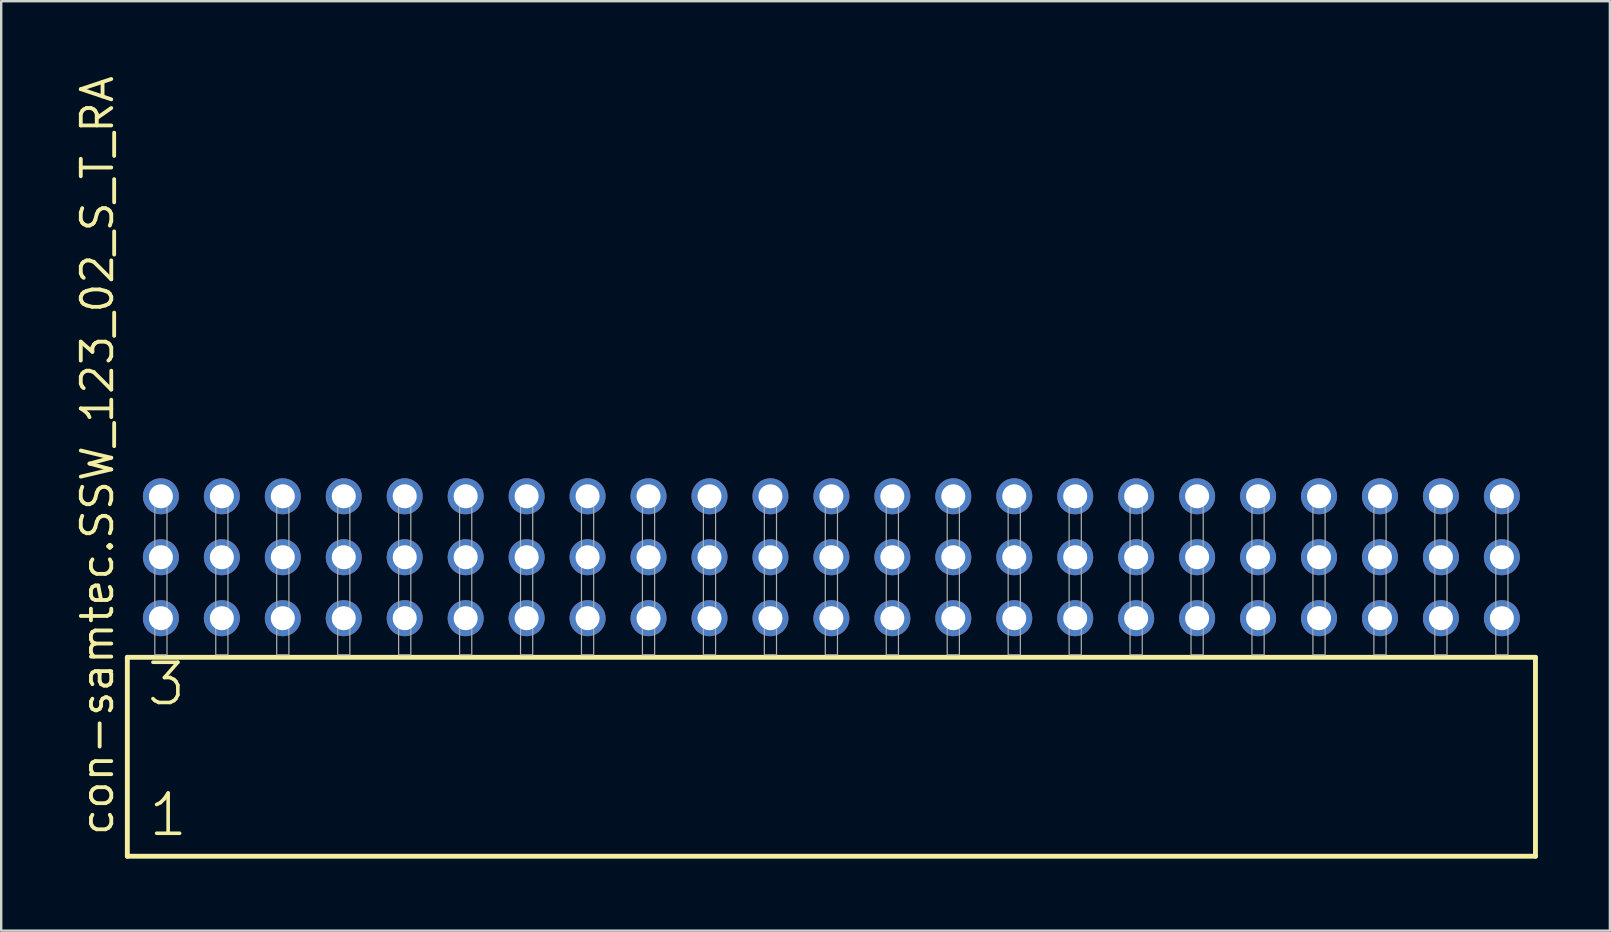
<source format=kicad_pcb>
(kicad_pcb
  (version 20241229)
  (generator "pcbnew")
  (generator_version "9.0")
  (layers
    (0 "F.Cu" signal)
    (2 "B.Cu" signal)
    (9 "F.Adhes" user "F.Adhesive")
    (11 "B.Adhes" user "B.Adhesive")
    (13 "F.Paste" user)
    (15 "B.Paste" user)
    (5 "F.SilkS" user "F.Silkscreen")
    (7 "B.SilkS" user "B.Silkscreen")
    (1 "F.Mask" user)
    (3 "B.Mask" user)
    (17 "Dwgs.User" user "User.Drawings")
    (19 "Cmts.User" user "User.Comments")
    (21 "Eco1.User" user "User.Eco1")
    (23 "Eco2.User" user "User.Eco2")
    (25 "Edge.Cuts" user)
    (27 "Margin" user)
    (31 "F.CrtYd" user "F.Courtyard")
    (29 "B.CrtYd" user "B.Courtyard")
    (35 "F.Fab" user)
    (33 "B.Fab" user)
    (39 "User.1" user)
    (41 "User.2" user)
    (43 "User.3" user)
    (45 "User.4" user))
  (footprint "con-samtec.SSW_123_02_S_T_RA"
    (layer "F.Cu")
    (at 31.595 24.235)
    (property "Reference" "con-samtec.SSW_123_02_S_T_RA" (at -29.845 7.62 90) (layer "F.SilkS") (effects (font (size 1.27 1.27) (thickness 0.16)) (justify left bottom)))
    (attr through_hole)
    (fp_line (start -29.339 0.106) (end -29.339 8.396) (stroke (width 0.203) (type default)) (layer "F.SilkS"))
    (fp_line (start -29.339 8.396) (end 29.339 8.396) (stroke (width 0.203) (type default)) (layer "F.SilkS"))
    (fp_line (start 29.339 0.106) (end -29.339 0.106) (stroke (width 0.203) (type default)) (layer "F.SilkS"))
    (fp_line (start 29.339 8.396) (end 29.339 0.106) (stroke (width 0.203) (type default)) (layer "F.SilkS"))
    (fp_rect (start -28.194 0) (end -27.686 -6.858) (stroke (width 0.05) (type default)) (fill no) (layer "F.Fab"))
    (fp_rect (start -25.654 0) (end -25.146 -6.858) (stroke (width 0.05) (type default)) (fill no) (layer "F.Fab"))
    (fp_rect (start -23.114 0) (end -22.606 -6.858) (stroke (width 0.05) (type default)) (fill no) (layer "F.Fab"))
    (fp_rect (start -20.574 0) (end -20.066 -6.858) (stroke (width 0.05) (type default)) (fill no) (layer "F.Fab"))
    (fp_rect (start -18.034 0) (end -17.526 -6.858) (stroke (width 0.05) (type default)) (fill no) (layer "F.Fab"))
    (fp_rect (start -15.494 0) (end -14.986 -6.858) (stroke (width 0.05) (type default)) (fill no) (layer "F.Fab"))
    (fp_rect (start -12.954 0) (end -12.446 -6.858) (stroke (width 0.05) (type default)) (fill no) (layer "F.Fab"))
    (fp_rect (start -10.414 0) (end -9.906 -6.858) (stroke (width 0.05) (type default)) (fill no) (layer "F.Fab"))
    (fp_rect (start -7.874 0) (end -7.366 -6.858) (stroke (width 0.05) (type default)) (fill no) (layer "F.Fab"))
    (fp_rect (start -5.334 0) (end -4.826 -6.858) (stroke (width 0.05) (type default)) (fill no) (layer "F.Fab"))
    (fp_rect (start -2.794 0) (end -2.286 -6.858) (stroke (width 0.05) (type default)) (fill no) (layer "F.Fab"))
    (fp_rect (start -0.254 0) (end 0.254 -6.858) (stroke (width 0.05) (type default)) (fill no) (layer "F.Fab"))
    (fp_rect (start 2.286 0) (end 2.794 -6.858) (stroke (width 0.05) (type default)) (fill no) (layer "F.Fab"))
    (fp_rect (start 4.826 0) (end 5.334 -6.858) (stroke (width 0.05) (type default)) (fill no) (layer "F.Fab"))
    (fp_rect (start 7.366 0) (end 7.874 -6.858) (stroke (width 0.05) (type default)) (fill no) (layer "F.Fab"))
    (fp_rect (start 9.906 0) (end 10.414 -6.858) (stroke (width 0.05) (type default)) (fill no) (layer "F.Fab"))
    (fp_rect (start 12.446 0) (end 12.954 -6.858) (stroke (width 0.05) (type default)) (fill no) (layer "F.Fab"))
    (fp_rect (start 14.986 0) (end 15.494 -6.858) (stroke (width 0.05) (type default)) (fill no) (layer "F.Fab"))
    (fp_rect (start 17.526 0) (end 18.034 -6.858) (stroke (width 0.05) (type default)) (fill no) (layer "F.Fab"))
    (fp_rect (start 20.066 0) (end 20.574 -6.858) (stroke (width 0.05) (type default)) (fill no) (layer "F.Fab"))
    (fp_rect (start 22.606 0) (end 23.114 -6.858) (stroke (width 0.05) (type default)) (fill no) (layer "F.Fab"))
    (fp_rect (start 25.146 0) (end 25.654 -6.858) (stroke (width 0.05) (type default)) (fill no) (layer "F.Fab"))
    (fp_rect (start 27.686 0) (end 28.194 -6.858) (stroke (width 0.05) (type default)) (fill no) (layer "F.Fab"))
    (fp_text user "1" (at -28.535 7.65 0) (layer "F.SilkS") (effects (font (size 1.676 1.676) (thickness 0.15)) (justify left bottom)))
    (fp_text user "3" (at -28.61 2.2 0) (layer "F.SilkS") (effects (font (size 1.676 1.676) (thickness 0.15)) (justify left bottom)))
    (pad "1" thru_hole circle (at -27.94 -1.524) (size 1.5 1.5) (drill 1) (layers "*.Cu" "*.Mask"))
    (pad "2" thru_hole circle (at -27.94 -4.064) (size 1.5 1.5) (drill 1) (layers "*.Cu" "*.Mask"))
    (pad "3" thru_hole circle (at -27.94 -6.604) (size 1.5 1.5) (drill 1) (layers "*.Cu" "*.Mask"))
    (pad "4" thru_hole circle (at -25.4 -1.524) (size 1.5 1.5) (drill 1) (layers "*.Cu" "*.Mask"))
    (pad "5" thru_hole circle (at -25.4 -4.064) (size 1.5 1.5) (drill 1) (layers "*.Cu" "*.Mask"))
    (pad "6" thru_hole circle (at -25.4 -6.604) (size 1.5 1.5) (drill 1) (layers "*.Cu" "*.Mask"))
    (pad "7" thru_hole circle (at -22.86 -1.524) (size 1.5 1.5) (drill 1) (layers "*.Cu" "*.Mask"))
    (pad "8" thru_hole circle (at -22.86 -4.064) (size 1.5 1.5) (drill 1) (layers "*.Cu" "*.Mask"))
    (pad "9" thru_hole circle (at -22.86 -6.604) (size 1.5 1.5) (drill 1) (layers "*.Cu" "*.Mask"))
    (pad "10" thru_hole circle (at -20.32 -1.524) (size 1.5 1.5) (drill 1) (layers "*.Cu" "*.Mask"))
    (pad "11" thru_hole circle (at -20.32 -4.064) (size 1.5 1.5) (drill 1) (layers "*.Cu" "*.Mask"))
    (pad "12" thru_hole circle (at -20.32 -6.604) (size 1.5 1.5) (drill 1) (layers "*.Cu" "*.Mask"))
    (pad "13" thru_hole circle (at -17.78 -1.524) (size 1.5 1.5) (drill 1) (layers "*.Cu" "*.Mask"))
    (pad "14" thru_hole circle (at -17.78 -4.064) (size 1.5 1.5) (drill 1) (layers "*.Cu" "*.Mask"))
    (pad "15" thru_hole circle (at -17.78 -6.604) (size 1.5 1.5) (drill 1) (layers "*.Cu" "*.Mask"))
    (pad "16" thru_hole circle (at -15.24 -1.524) (size 1.5 1.5) (drill 1) (layers "*.Cu" "*.Mask"))
    (pad "17" thru_hole circle (at -15.24 -4.064) (size 1.5 1.5) (drill 1) (layers "*.Cu" "*.Mask"))
    (pad "18" thru_hole circle (at -15.24 -6.604) (size 1.5 1.5) (drill 1) (layers "*.Cu" "*.Mask"))
    (pad "19" thru_hole circle (at -12.7 -1.524) (size 1.5 1.5) (drill 1) (layers "*.Cu" "*.Mask"))
    (pad "20" thru_hole circle (at -12.7 -4.064) (size 1.5 1.5) (drill 1) (layers "*.Cu" "*.Mask"))
    (pad "21" thru_hole circle (at -12.7 -6.604) (size 1.5 1.5) (drill 1) (layers "*.Cu" "*.Mask"))
    (pad "22" thru_hole circle (at -10.16 -1.524) (size 1.5 1.5) (drill 1) (layers "*.Cu" "*.Mask"))
    (pad "23" thru_hole circle (at -10.16 -4.064) (size 1.5 1.5) (drill 1) (layers "*.Cu" "*.Mask"))
    (pad "24" thru_hole circle (at -10.16 -6.604) (size 1.5 1.5) (drill 1) (layers "*.Cu" "*.Mask"))
    (pad "25" thru_hole circle (at -7.62 -1.524) (size 1.5 1.5) (drill 1) (layers "*.Cu" "*.Mask"))
    (pad "26" thru_hole circle (at -7.62 -4.064) (size 1.5 1.5) (drill 1) (layers "*.Cu" "*.Mask"))
    (pad "27" thru_hole circle (at -7.62 -6.604) (size 1.5 1.5) (drill 1) (layers "*.Cu" "*.Mask"))
    (pad "28" thru_hole circle (at -5.08 -1.524) (size 1.5 1.5) (drill 1) (layers "*.Cu" "*.Mask"))
    (pad "29" thru_hole circle (at -5.08 -4.064) (size 1.5 1.5) (drill 1) (layers "*.Cu" "*.Mask"))
    (pad "30" thru_hole circle (at -5.08 -6.604) (size 1.5 1.5) (drill 1) (layers "*.Cu" "*.Mask"))
    (pad "31" thru_hole circle (at -2.54 -1.524) (size 1.5 1.5) (drill 1) (layers "*.Cu" "*.Mask"))
    (pad "32" thru_hole circle (at -2.54 -4.064) (size 1.5 1.5) (drill 1) (layers "*.Cu" "*.Mask"))
    (pad "33" thru_hole circle (at -2.54 -6.604) (size 1.5 1.5) (drill 1) (layers "*.Cu" "*.Mask"))
    (pad "34" thru_hole circle (at 0 -1.524) (size 1.5 1.5) (drill 1) (layers "*.Cu" "*.Mask"))
    (pad "35" thru_hole circle (at 0 -4.064) (size 1.5 1.5) (drill 1) (layers "*.Cu" "*.Mask"))
    (pad "36" thru_hole circle (at 0 -6.604) (size 1.5 1.5) (drill 1) (layers "*.Cu" "*.Mask"))
    (pad "37" thru_hole circle (at 2.54 -1.524) (size 1.5 1.5) (drill 1) (layers "*.Cu" "*.Mask"))
    (pad "38" thru_hole circle (at 2.54 -4.064) (size 1.5 1.5) (drill 1) (layers "*.Cu" "*.Mask"))
    (pad "39" thru_hole circle (at 2.54 -6.604) (size 1.5 1.5) (drill 1) (layers "*.Cu" "*.Mask"))
    (pad "40" thru_hole circle (at 5.08 -1.524) (size 1.5 1.5) (drill 1) (layers "*.Cu" "*.Mask"))
    (pad "41" thru_hole circle (at 5.08 -4.064) (size 1.5 1.5) (drill 1) (layers "*.Cu" "*.Mask"))
    (pad "42" thru_hole circle (at 5.08 -6.604) (size 1.5 1.5) (drill 1) (layers "*.Cu" "*.Mask"))
    (pad "43" thru_hole circle (at 7.62 -1.524) (size 1.5 1.5) (drill 1) (layers "*.Cu" "*.Mask"))
    (pad "44" thru_hole circle (at 7.62 -4.064) (size 1.5 1.5) (drill 1) (layers "*.Cu" "*.Mask"))
    (pad "45" thru_hole circle (at 7.62 -6.604) (size 1.5 1.5) (drill 1) (layers "*.Cu" "*.Mask"))
    (pad "46" thru_hole circle (at 10.16 -1.524) (size 1.5 1.5) (drill 1) (layers "*.Cu" "*.Mask"))
    (pad "47" thru_hole circle (at 10.16 -4.064) (size 1.5 1.5) (drill 1) (layers "*.Cu" "*.Mask"))
    (pad "48" thru_hole circle (at 10.16 -6.604) (size 1.5 1.5) (drill 1) (layers "*.Cu" "*.Mask"))
    (pad "49" thru_hole circle (at 12.7 -1.524) (size 1.5 1.5) (drill 1) (layers "*.Cu" "*.Mask"))
    (pad "50" thru_hole circle (at 12.7 -4.064) (size 1.5 1.5) (drill 1) (layers "*.Cu" "*.Mask"))
    (pad "51" thru_hole circle (at 12.7 -6.604) (size 1.5 1.5) (drill 1) (layers "*.Cu" "*.Mask"))
    (pad "52" thru_hole circle (at 15.24 -1.524) (size 1.5 1.5) (drill 1) (layers "*.Cu" "*.Mask"))
    (pad "53" thru_hole circle (at 15.24 -4.064) (size 1.5 1.5) (drill 1) (layers "*.Cu" "*.Mask"))
    (pad "54" thru_hole circle (at 15.24 -6.604) (size 1.5 1.5) (drill 1) (layers "*.Cu" "*.Mask"))
    (pad "55" thru_hole circle (at 17.78 -1.524) (size 1.5 1.5) (drill 1) (layers "*.Cu" "*.Mask"))
    (pad "56" thru_hole circle (at 17.78 -4.064) (size 1.5 1.5) (drill 1) (layers "*.Cu" "*.Mask"))
    (pad "57" thru_hole circle (at 17.78 -6.604) (size 1.5 1.5) (drill 1) (layers "*.Cu" "*.Mask"))
    (pad "58" thru_hole circle (at 20.32 -1.524) (size 1.5 1.5) (drill 1) (layers "*.Cu" "*.Mask"))
    (pad "59" thru_hole circle (at 20.32 -4.064) (size 1.5 1.5) (drill 1) (layers "*.Cu" "*.Mask"))
    (pad "60" thru_hole circle (at 20.32 -6.604) (size 1.5 1.5) (drill 1) (layers "*.Cu" "*.Mask"))
    (pad "61" thru_hole circle (at 22.86 -1.524) (size 1.5 1.5) (drill 1) (layers "*.Cu" "*.Mask"))
    (pad "62" thru_hole circle (at 22.86 -4.064) (size 1.5 1.5) (drill 1) (layers "*.Cu" "*.Mask"))
    (pad "63" thru_hole circle (at 22.86 -6.604) (size 1.5 1.5) (drill 1) (layers "*.Cu" "*.Mask"))
    (pad "64" thru_hole circle (at 25.4 -1.524) (size 1.5 1.5) (drill 1) (layers "*.Cu" "*.Mask"))
    (pad "65" thru_hole circle (at 25.4 -4.064) (size 1.5 1.5) (drill 1) (layers "*.Cu" "*.Mask"))
    (pad "66" thru_hole circle (at 25.4 -6.604) (size 1.5 1.5) (drill 1) (layers "*.Cu" "*.Mask"))
    (pad "67" thru_hole circle (at 27.94 -1.524) (size 1.5 1.5) (drill 1) (layers "*.Cu" "*.Mask"))
    (pad "68" thru_hole circle (at 27.94 -4.064) (size 1.5 1.5) (drill 1) (layers "*.Cu" "*.Mask"))
    (pad "69" thru_hole circle (at 27.94 -6.604) (size 1.5 1.5) (drill 1) (layers "*.Cu" "*.Mask")))
  (gr_rect
    (start -3 -3)
    (end 64.036 35.733)
    (stroke (width 0.1) (type default))
    (fill no)
    (layer "Edge.Cuts")))
</source>
